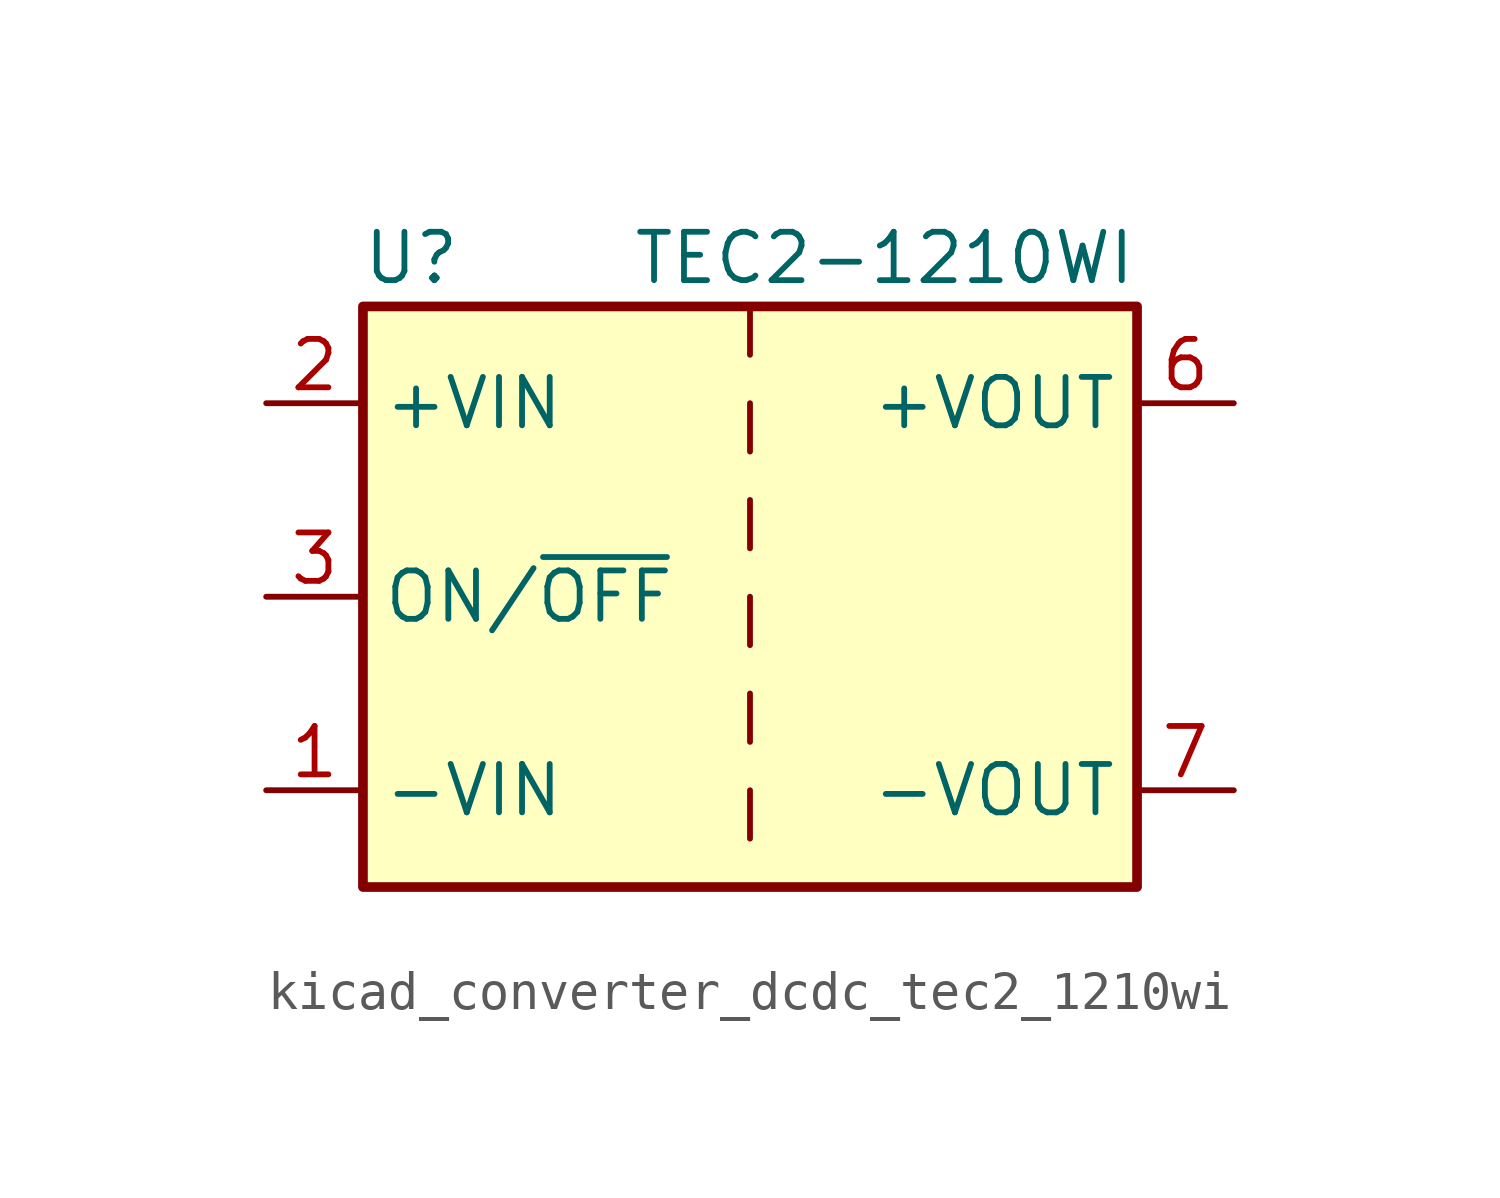
<source format=kicad_sym>
(kicad_symbol_lib
  (version 20220914)
  (generator kicad_symbol_editor)
  (symbol "kicad_converter_dcdc_tec2_1210wi"
    (property "Reference" "U"
      (at -8.89 8.89 0)
      (effects (font (size 1.27 1.27))))
    (property "Value" "TEC2-1210WI"
      (at 10.16 8.89 0)
      (effects (font (size 1.27 1.27)) (justify right)))
    (symbol "kicad_converter_dcdc_tec2_1210wi_0_1"
      (rectangle (start -10.16 7.62) (end 10.16 -7.62) (stroke (width 0.254) (type default)) (fill (type background)))
      (polyline (pts (xy 0 -5.08) (xy 0 -6.35)) (stroke (width 0) (type default)) (fill (type none)))
      (polyline (pts (xy 0 -2.54) (xy 0 -3.81)) (stroke (width 0) (type default)) (fill (type none)))
      (polyline (pts (xy 0 0) (xy 0 -1.27)) (stroke (width 0) (type default)) (fill (type none)))
      (polyline (pts (xy 0 2.54) (xy 0 1.27)) (stroke (width 0) (type default)) (fill (type none)))
      (polyline (pts (xy 0 5.08) (xy 0 3.81)) (stroke (width 0) (type default)) (fill (type none)))
      (polyline (pts (xy 0 7.62) (xy 0 6.35)) (stroke (width 0) (type default)) (fill (type none))))
    (symbol "kicad_converter_dcdc_tec2_1210wi_1_1"
      (pin power_in line (at -12.7 -5.08 0) (length 2.54) (name "-VIN" (effects (font (size 1.27 1.27)))) (number "1" (effects (font (size 1.27 1.27)))))
      (pin power_in line (at -12.7 5.08 0) (length 2.54) (name "+VIN" (effects (font (size 1.27 1.27)))) (number "2" (effects (font (size 1.27 1.27)))))
      (pin input line (at -12.7 0 0) (length 2.54) (name "ON/~{OFF}" (effects (font (size 1.27 1.27)))) (number "3" (effects (font (size 1.27 1.27)))))
      (pin no_connect line (at 10.16 2.54 180) (length 2.54) hide (name "NC" (effects (font (size 1.27 1.27)))) (number "5" (effects (font (size 1.27 1.27)))))
      (pin power_out line (at 12.7 5.08 180) (length 2.54) (name "+VOUT" (effects (font (size 1.27 1.27)))) (number "6" (effects (font (size 1.27 1.27)))))
      (pin power_out line (at 12.7 -5.08 180) (length 2.54) (name "-VOUT" (effects (font (size 1.27 1.27)))) (number "7" (effects (font (size 1.27 1.27)))))
      (pin no_connect line (at 10.16 0 180) (length 2.54) hide (name "NC" (effects (font (size 1.27 1.27)))) (number "8" (effects (font (size 1.27 1.27))))))))
</source>
